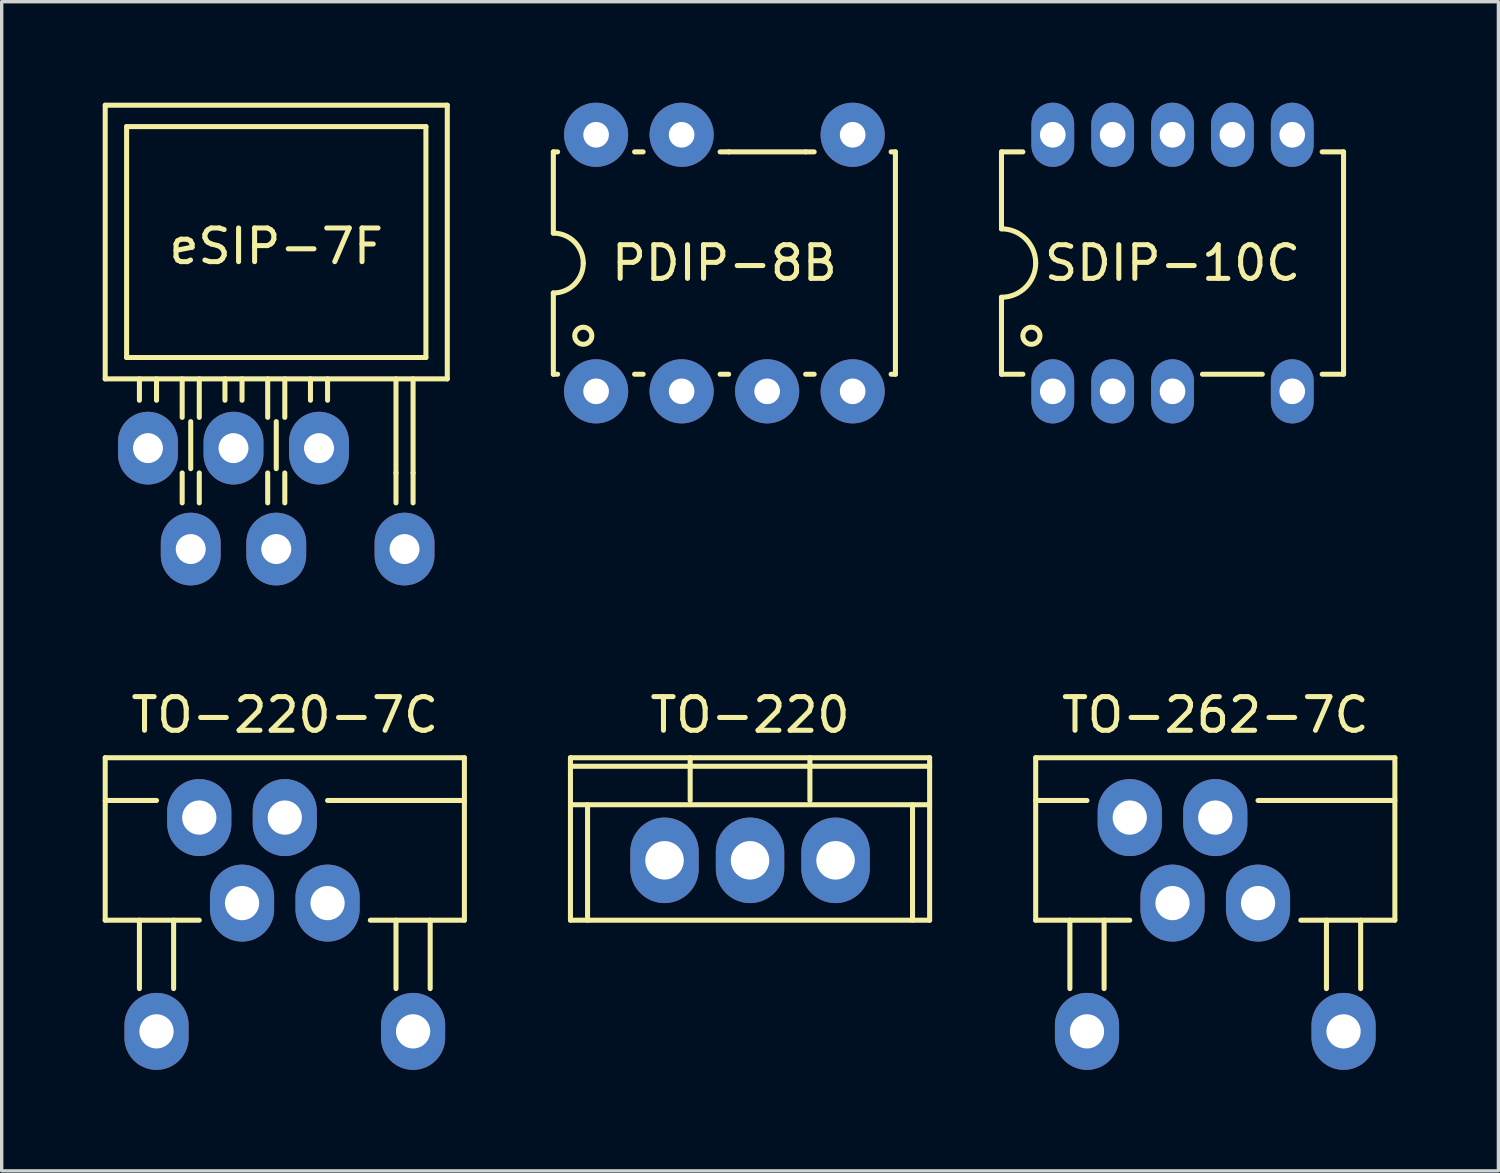
<source format=kicad_pcb>
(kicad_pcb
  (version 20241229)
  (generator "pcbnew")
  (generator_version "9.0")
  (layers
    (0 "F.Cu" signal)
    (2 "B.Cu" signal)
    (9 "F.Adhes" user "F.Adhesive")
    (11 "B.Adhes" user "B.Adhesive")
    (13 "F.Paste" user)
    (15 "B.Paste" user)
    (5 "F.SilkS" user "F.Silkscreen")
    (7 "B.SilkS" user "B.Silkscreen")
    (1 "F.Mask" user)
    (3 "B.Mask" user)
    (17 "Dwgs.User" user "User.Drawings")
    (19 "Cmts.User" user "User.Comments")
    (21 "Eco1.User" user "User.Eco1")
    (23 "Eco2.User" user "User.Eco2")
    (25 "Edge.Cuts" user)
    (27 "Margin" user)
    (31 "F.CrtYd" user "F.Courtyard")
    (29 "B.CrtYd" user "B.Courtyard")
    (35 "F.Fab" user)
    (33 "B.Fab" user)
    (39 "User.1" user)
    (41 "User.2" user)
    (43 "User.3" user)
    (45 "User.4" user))
  (footprint "TO-220"
    (layer "F.Cu")
    (at 19.227 22.503)
    (property "Reference" "TO-220" (at 0 -4.318 0) (layer "F.SilkS") (effects (font (size 1 1) (thickness 0.15))))
    (attr through_hole)
    (fp_line (start -5.334 -3.048) (end -5.334 1.778) (stroke (width 0.15) (type solid)) (layer "F.SilkS"))
    (fp_line (start -5.334 -1.651) (end 5.334 -1.651) (stroke (width 0.15) (type solid)) (layer "F.SilkS"))
    (fp_line (start -4.826 -1.651) (end -4.826 1.778) (stroke (width 0.15) (type solid)) (layer "F.SilkS"))
    (fp_line (start -1.778 -1.778) (end -1.778 -3.048) (stroke (width 0.15) (type solid)) (layer "F.SilkS"))
    (fp_line (start 1.778 -1.778) (end 1.778 -3.048) (stroke (width 0.15) (type solid)) (layer "F.SilkS"))
    (fp_line (start 4.826 -1.651) (end 4.826 1.778) (stroke (width 0.15) (type solid)) (layer "F.SilkS"))
    (fp_line (start 5.334 -3.048) (end -5.334 -3.048) (stroke (width 0.15) (type solid)) (layer "F.SilkS"))
    (fp_line (start 5.334 -3.048) (end 5.334 1.778) (stroke (width 0.15) (type solid)) (layer "F.SilkS"))
    (fp_line (start 5.334 -2.794) (end -5.334 -2.794) (stroke (width 0.15) (type solid)) (layer "F.SilkS"))
    (fp_line (start 5.334 1.778) (end -5.334 1.778) (stroke (width 0.15) (type solid)) (layer "F.SilkS"))
    (pad "1" thru_hole oval (at -2.54 0) (size 2.032 2.54) (drill 1.143) (layers "*.Cu" "*.Mask"))
    (pad "2" thru_hole oval (at 0 0) (size 2.032 2.54) (drill 1.143) (layers "*.Cu" "*.Mask"))
    (pad "3" thru_hole oval (at 2.54 0) (size 2.032 2.54) (drill 1.143) (layers "*.Cu" "*.Mask")))
  (footprint "eSIP-7F"
    (layer "F.Cu")
    (at 5.155 11.759)
    (property "Reference" "eSIP-7F" (at 0 -7.493 0) (layer "F.SilkS") (effects (font (size 1 1) (thickness 0.15))))
    (attr through_hole)
    (fp_line (start -5.08 -11.684) (end -5.08 -3.556) (stroke (width 0.15) (type solid)) (layer "F.SilkS"))
    (fp_line (start -5.08 -3.556) (end 5.08 -3.556) (stroke (width 0.15) (type solid)) (layer "F.SilkS"))
    (fp_line (start -4.445 -11.049) (end -4.445 -4.191) (stroke (width 0.15) (type solid)) (layer "F.SilkS"))
    (fp_line (start -4.445 -4.191) (end 4.445 -4.191) (stroke (width 0.15) (type solid)) (layer "F.SilkS"))
    (fp_line (start -4.064 -2.921) (end -4.064 -3.556) (stroke (width 0.15) (type solid)) (layer "F.SilkS"))
    (fp_line (start -3.556 -2.921) (end -3.556 -3.556) (stroke (width 0.15) (type solid)) (layer "F.SilkS"))
    (fp_line (start -2.794 -2.413) (end -2.794 -3.556) (stroke (width 0.15) (type solid)) (layer "F.SilkS"))
    (fp_line (start -2.794 0.127) (end -2.794 -0.762) (stroke (width 0.15) (type solid)) (layer "F.SilkS"))
    (fp_line (start -2.54 -0.889) (end -2.54 -2.286) (stroke (width 0.15) (type solid)) (layer "F.SilkS"))
    (fp_line (start -2.286 -2.413) (end -2.286 -3.556) (stroke (width 0.15) (type solid)) (layer "F.SilkS"))
    (fp_line (start -2.286 -0.762) (end -2.286 0.127) (stroke (width 0.15) (type solid)) (layer "F.SilkS"))
    (fp_line (start -1.524 -2.921) (end -1.524 -3.556) (stroke (width 0.15) (type solid)) (layer "F.SilkS"))
    (fp_line (start -1.016 -2.921) (end -1.016 -3.556) (stroke (width 0.15) (type solid)) (layer "F.SilkS"))
    (fp_line (start -0.254 -2.413) (end -0.254 -3.556) (stroke (width 0.15) (type solid)) (layer "F.SilkS"))
    (fp_line (start -0.254 -0.762) (end -0.254 0.127) (stroke (width 0.15) (type solid)) (layer "F.SilkS"))
    (fp_line (start 0 -0.889) (end 0 -2.286) (stroke (width 0.15) (type solid)) (layer "F.SilkS"))
    (fp_line (start 0.254 -2.413) (end 0.254 -3.556) (stroke (width 0.15) (type solid)) (layer "F.SilkS"))
    (fp_line (start 0.254 -0.762) (end 0.254 0.127) (stroke (width 0.15) (type solid)) (layer "F.SilkS"))
    (fp_line (start 1.016 -2.921) (end 1.016 -3.556) (stroke (width 0.15) (type solid)) (layer "F.SilkS"))
    (fp_line (start 1.524 -2.921) (end 1.524 -3.556) (stroke (width 0.15) (type solid)) (layer "F.SilkS"))
    (fp_line (start 3.556 -0.762) (end 3.556 -3.556) (stroke (width 0.15) (type solid)) (layer "F.SilkS"))
    (fp_line (start 3.556 0.127) (end 3.556 -0.762) (stroke (width 0.15) (type solid)) (layer "F.SilkS"))
    (fp_line (start 4.064 -0.762) (end 4.064 -3.556) (stroke (width 0.15) (type solid)) (layer "F.SilkS"))
    (fp_line (start 4.064 0.127) (end 4.064 -0.762) (stroke (width 0.15) (type solid)) (layer "F.SilkS"))
    (fp_line (start 4.445 -11.049) (end -4.445 -11.049) (stroke (width 0.15) (type solid)) (layer "F.SilkS"))
    (fp_line (start 4.445 -4.191) (end 4.445 -11.049) (stroke (width 0.15) (type solid)) (layer "F.SilkS"))
    (fp_line (start 5.08 -11.684) (end -5.08 -11.684) (stroke (width 0.15) (type solid)) (layer "F.SilkS"))
    (fp_line (start 5.08 -3.556) (end 5.08 -11.684) (stroke (width 0.15) (type solid)) (layer "F.SilkS"))
    (pad "1" thru_hole oval (at -3.81 -1.499) (size 1.778 2.159) (drill 0.889) (layers "*.Cu" "*.Mask"))
    (pad "2" thru_hole oval (at -2.54 1.499) (size 1.778 2.159) (drill 0.889) (layers "*.Cu" "*.Mask"))
    (pad "3" thru_hole oval (at -1.27 -1.499) (size 1.778 2.159) (drill 0.889) (layers "*.Cu" "*.Mask"))
    (pad "4" thru_hole oval (at 0 1.499) (size 1.778 2.159) (drill 0.889) (layers "*.Cu" "*.Mask"))
    (pad "5" thru_hole oval (at 1.27 -1.499) (size 1.778 2.159) (drill 0.889) (layers "*.Cu" "*.Mask"))
    (pad "7" thru_hole oval (at 3.81 1.499) (size 1.778 2.159) (drill 0.889) (layers "*.Cu" "*.Mask")))
  (footprint "SDIP-10C"
    (layer "F.Cu")
    (at 31.775 4.763)
    (property "Reference" "SDIP-10C" (at 0 0 0) (layer "F.SilkS") (effects (font (size 1 1) (thickness 0.15))))
    (attr through_hole)
    (fp_line (start -5.08 -3.302) (end -5.08 -1.016) (stroke (width 0.15) (type solid)) (layer "F.SilkS"))
    (fp_line (start -5.08 -3.302) (end -4.445 -3.302) (stroke (width 0.15) (type solid)) (layer "F.SilkS"))
    (fp_line (start -5.08 1.016) (end -5.08 3.302) (stroke (width 0.15) (type solid)) (layer "F.SilkS"))
    (fp_line (start -5.08 3.302) (end -4.445 3.302) (stroke (width 0.15) (type solid)) (layer "F.SilkS"))
    (fp_line (start 2.667 3.302) (end 0.889 3.302) (stroke (width 0.15) (type solid)) (layer "F.SilkS"))
    (fp_line (start 5.08 -3.302) (end 4.445 -3.302) (stroke (width 0.15) (type solid)) (layer "F.SilkS"))
    (fp_line (start 5.08 3.302) (end 4.445 3.302) (stroke (width 0.15) (type solid)) (layer "F.SilkS"))
    (fp_line (start 5.08 3.302) (end 5.08 -3.302) (stroke (width 0.15) (type solid)) (layer "F.SilkS"))
    (fp_arc (start -5.08 -1.016) (mid -4.36158 -0.71842) (end -4.064 0) (stroke (width 0.15) (type solid)) (layer "F.SilkS"))
    (fp_arc (start -4.064 0) (mid -4.36158 0.71842) (end -5.08 1.016) (stroke (width 0.15) (type solid)) (layer "F.SilkS"))
    (fp_circle (center -4.191 2.159) (end -3.937 2.159) (stroke (width 0.15) (type solid)) (fill no) (layer "F.SilkS"))
    (pad "1" thru_hole oval (at -3.556 3.81) (size 1.27 1.905) (drill 0.762) (layers "*.Cu" "*.Mask"))
    (pad "2" thru_hole oval (at -1.778 3.81) (size 1.27 1.905) (drill 0.762) (layers "*.Cu" "*.Mask"))
    (pad "3" thru_hole oval (at 0 3.81) (size 1.27 1.905) (drill 0.762) (layers "*.Cu" "*.Mask"))
    (pad "5" thru_hole oval (at 3.556 3.81) (size 1.27 1.905) (drill 0.762) (layers "*.Cu" "*.Mask"))
    (pad "6" thru_hole oval (at 3.556 -3.81) (size 1.27 1.905) (drill 0.762) (layers "*.Cu" "*.Mask"))
    (pad "7" thru_hole oval (at 1.778 -3.81) (size 1.27 1.905) (drill 0.762) (layers "*.Cu" "*.Mask"))
    (pad "8" thru_hole oval (at 0 -3.81) (size 1.27 1.905) (drill 0.762) (layers "*.Cu" "*.Mask"))
    (pad "9" thru_hole oval (at -1.778 -3.81) (size 1.27 1.905) (drill 0.762) (layers "*.Cu" "*.Mask"))
    (pad "10" thru_hole oval (at -3.556 -3.81) (size 1.27 1.905) (drill 0.762) (layers "*.Cu" "*.Mask")))
  (footprint "PDIP-8B"
    (layer "F.Cu")
    (at 18.465 4.763)
    (property "Reference" "PDIP-8B" (at 0 0 0) (layer "F.SilkS") (effects (font (size 1 1) (thickness 0.15))))
    (attr through_hole)
    (fp_line (start -5.08 -3.302) (end -4.953 -3.302) (stroke (width 0.15) (type solid)) (layer "F.SilkS"))
    (fp_line (start -5.08 -0.889) (end -5.08 -3.302) (stroke (width 0.15) (type solid)) (layer "F.SilkS"))
    (fp_line (start -5.08 0.889) (end -5.08 3.302) (stroke (width 0.15) (type solid)) (layer "F.SilkS"))
    (fp_line (start -5.08 3.302) (end -4.953 3.302) (stroke (width 0.15) (type solid)) (layer "F.SilkS"))
    (fp_line (start -2.667 -3.302) (end -2.413 -3.302) (stroke (width 0.15) (type solid)) (layer "F.SilkS"))
    (fp_line (start -2.667 3.302) (end -2.413 3.302) (stroke (width 0.15) (type solid)) (layer "F.SilkS"))
    (fp_line (start -0.127 -3.302) (end 0.127 -3.302) (stroke (width 0.15) (type solid)) (layer "F.SilkS"))
    (fp_line (start -0.127 3.302) (end 0.127 3.302) (stroke (width 0.15) (type solid)) (layer "F.SilkS"))
    (fp_line (start 2.413 -3.302) (end 0.127 -3.302) (stroke (width 0.15) (type solid)) (layer "F.SilkS"))
    (fp_line (start 2.413 -3.302) (end 2.667 -3.302) (stroke (width 0.15) (type solid)) (layer "F.SilkS"))
    (fp_line (start 2.413 3.302) (end 2.667 3.302) (stroke (width 0.15) (type solid)) (layer "F.SilkS"))
    (fp_line (start 5.08 -3.302) (end 4.953 -3.302) (stroke (width 0.15) (type solid)) (layer "F.SilkS"))
    (fp_line (start 5.08 3.302) (end 4.953 3.302) (stroke (width 0.15) (type solid)) (layer "F.SilkS"))
    (fp_line (start 5.08 3.302) (end 5.08 -3.302) (stroke (width 0.15) (type solid)) (layer "F.SilkS"))
    (fp_arc (start -5.08 -0.889) (mid -4.451382 -0.628618) (end -4.191 0) (stroke (width 0.15) (type solid)) (layer "F.SilkS"))
    (fp_arc (start -4.191 0) (mid -4.451382 0.628618) (end -5.08 0.889) (stroke (width 0.15) (type solid)) (layer "F.SilkS"))
    (fp_circle (center -4.191 2.159) (end -3.937 2.159) (stroke (width 0.15) (type solid)) (fill no) (layer "F.SilkS"))
    (pad "1" thru_hole circle (at -3.81 3.81) (size 1.905 1.905) (drill 0.762) (layers "*.Cu" "*.Mask"))
    (pad "2" thru_hole circle (at -1.27 3.81) (size 1.905 1.905) (drill 0.762) (layers "*.Cu" "*.Mask"))
    (pad "3" thru_hole circle (at 1.27 3.81) (size 1.905 1.905) (drill 0.762) (layers "*.Cu" "*.Mask"))
    (pad "4" thru_hole circle (at 3.81 3.81) (size 1.905 1.905) (drill 0.762) (layers "*.Cu" "*.Mask"))
    (pad "5" thru_hole circle (at 3.81 -3.81) (size 1.905 1.905) (drill 0.762) (layers "*.Cu" "*.Mask"))
    (pad "7" thru_hole circle (at -1.27 -3.81) (size 1.905 1.905) (drill 0.762) (layers "*.Cu" "*.Mask"))
    (pad "8" thru_hole circle (at -3.81 -3.81) (size 1.905 1.905) (drill 0.762) (layers "*.Cu" "*.Mask")))
  (footprint "TO-262-7C"
    (layer "F.Cu")
    (at 33.045 22.503)
    (property "Reference" "TO-262-7C" (at 0 -4.318 0) (layer "F.SilkS") (effects (font (size 1 1) (thickness 0.15))))
    (attr through_hole)
    (fp_line (start -5.334 -3.048) (end -5.334 1.778) (stroke (width 0.15) (type solid)) (layer "F.SilkS"))
    (fp_line (start -5.334 -1.778) (end -3.81 -1.778) (stroke (width 0.15) (type solid)) (layer "F.SilkS"))
    (fp_line (start -5.334 1.778) (end -2.54 1.778) (stroke (width 0.15) (type solid)) (layer "F.SilkS"))
    (fp_line (start -4.318 3.81) (end -4.318 1.778) (stroke (width 0.15) (type solid)) (layer "F.SilkS"))
    (fp_line (start -3.302 3.81) (end -3.302 1.778) (stroke (width 0.15) (type solid)) (layer "F.SilkS"))
    (fp_line (start 3.302 3.81) (end 3.302 1.778) (stroke (width 0.15) (type solid)) (layer "F.SilkS"))
    (fp_line (start 4.318 3.81) (end 4.318 1.778) (stroke (width 0.15) (type solid)) (layer "F.SilkS"))
    (fp_line (start 5.334 -3.048) (end -5.334 -3.048) (stroke (width 0.15) (type solid)) (layer "F.SilkS"))
    (fp_line (start 5.334 -3.048) (end 5.334 1.778) (stroke (width 0.15) (type solid)) (layer "F.SilkS"))
    (fp_line (start 5.334 -1.778) (end 1.27 -1.778) (stroke (width 0.15) (type solid)) (layer "F.SilkS"))
    (fp_line (start 5.334 1.778) (end 2.54 1.778) (stroke (width 0.15) (type solid)) (layer "F.SilkS"))
    (pad "1" thru_hole oval (at -3.81 5.08) (size 1.905 2.286) (drill 1.016) (layers "*.Cu" "*.Mask"))
    (pad "2" thru_hole oval (at -2.54 -1.27) (size 1.905 2.286) (drill 1.016) (layers "*.Cu" "*.Mask"))
    (pad "3" thru_hole oval (at -1.27 1.27) (size 1.905 2.286) (drill 1.016) (layers "*.Cu" "*.Mask"))
    (pad "4" thru_hole oval (at 0 -1.27) (size 1.905 2.286) (drill 1.016) (layers "*.Cu" "*.Mask"))
    (pad "5" thru_hole oval (at 1.27 1.27) (size 1.905 2.286) (drill 1.016) (layers "*.Cu" "*.Mask"))
    (pad "7" thru_hole oval (at 3.81 5.08) (size 1.905 2.286) (drill 1.016) (layers "*.Cu" "*.Mask")))
  (footprint "TO-220-7C"
    (layer "F.Cu")
    (at 5.409 22.503)
    (property "Reference" "TO-220-7C" (at 0 -4.318 0) (layer "F.SilkS") (effects (font (size 1 1) (thickness 0.15))))
    (attr through_hole)
    (fp_line (start -5.334 -3.048) (end -5.334 1.778) (stroke (width 0.15) (type solid)) (layer "F.SilkS"))
    (fp_line (start -5.334 -1.778) (end -3.81 -1.778) (stroke (width 0.15) (type solid)) (layer "F.SilkS"))
    (fp_line (start -5.334 1.778) (end -2.54 1.778) (stroke (width 0.15) (type solid)) (layer "F.SilkS"))
    (fp_line (start -4.318 3.81) (end -4.318 1.778) (stroke (width 0.15) (type solid)) (layer "F.SilkS"))
    (fp_line (start -3.302 3.81) (end -3.302 1.778) (stroke (width 0.15) (type solid)) (layer "F.SilkS"))
    (fp_line (start 3.302 3.81) (end 3.302 1.778) (stroke (width 0.15) (type solid)) (layer "F.SilkS"))
    (fp_line (start 4.318 3.81) (end 4.318 1.778) (stroke (width 0.15) (type solid)) (layer "F.SilkS"))
    (fp_line (start 5.334 -3.048) (end -5.334 -3.048) (stroke (width 0.15) (type solid)) (layer "F.SilkS"))
    (fp_line (start 5.334 -3.048) (end 5.334 1.778) (stroke (width 0.15) (type solid)) (layer "F.SilkS"))
    (fp_line (start 5.334 -1.778) (end 1.27 -1.778) (stroke (width 0.15) (type solid)) (layer "F.SilkS"))
    (fp_line (start 5.334 1.778) (end 2.54 1.778) (stroke (width 0.15) (type solid)) (layer "F.SilkS"))
    (pad "1" thru_hole oval (at -3.81 5.08) (size 1.905 2.286) (drill 1.016) (layers "*.Cu" "*.Mask"))
    (pad "2" thru_hole oval (at -2.54 -1.27) (size 1.905 2.286) (drill 1.016) (layers "*.Cu" "*.Mask"))
    (pad "3" thru_hole oval (at -1.27 1.27) (size 1.905 2.286) (drill 1.016) (layers "*.Cu" "*.Mask"))
    (pad "4" thru_hole oval (at 0 -1.27) (size 1.905 2.286) (drill 1.016) (layers "*.Cu" "*.Mask"))
    (pad "5" thru_hole oval (at 1.27 1.27) (size 1.905 2.286) (drill 1.016) (layers "*.Cu" "*.Mask"))
    (pad "7" thru_hole oval (at 3.81 5.08) (size 1.905 2.286) (drill 1.016) (layers "*.Cu" "*.Mask")))
  (gr_rect
    (start -3 -3)
    (end 41.454 31.726)
    (stroke (width 0.1) (type default))
    (fill no)
    (layer "Edge.Cuts")))
</source>
